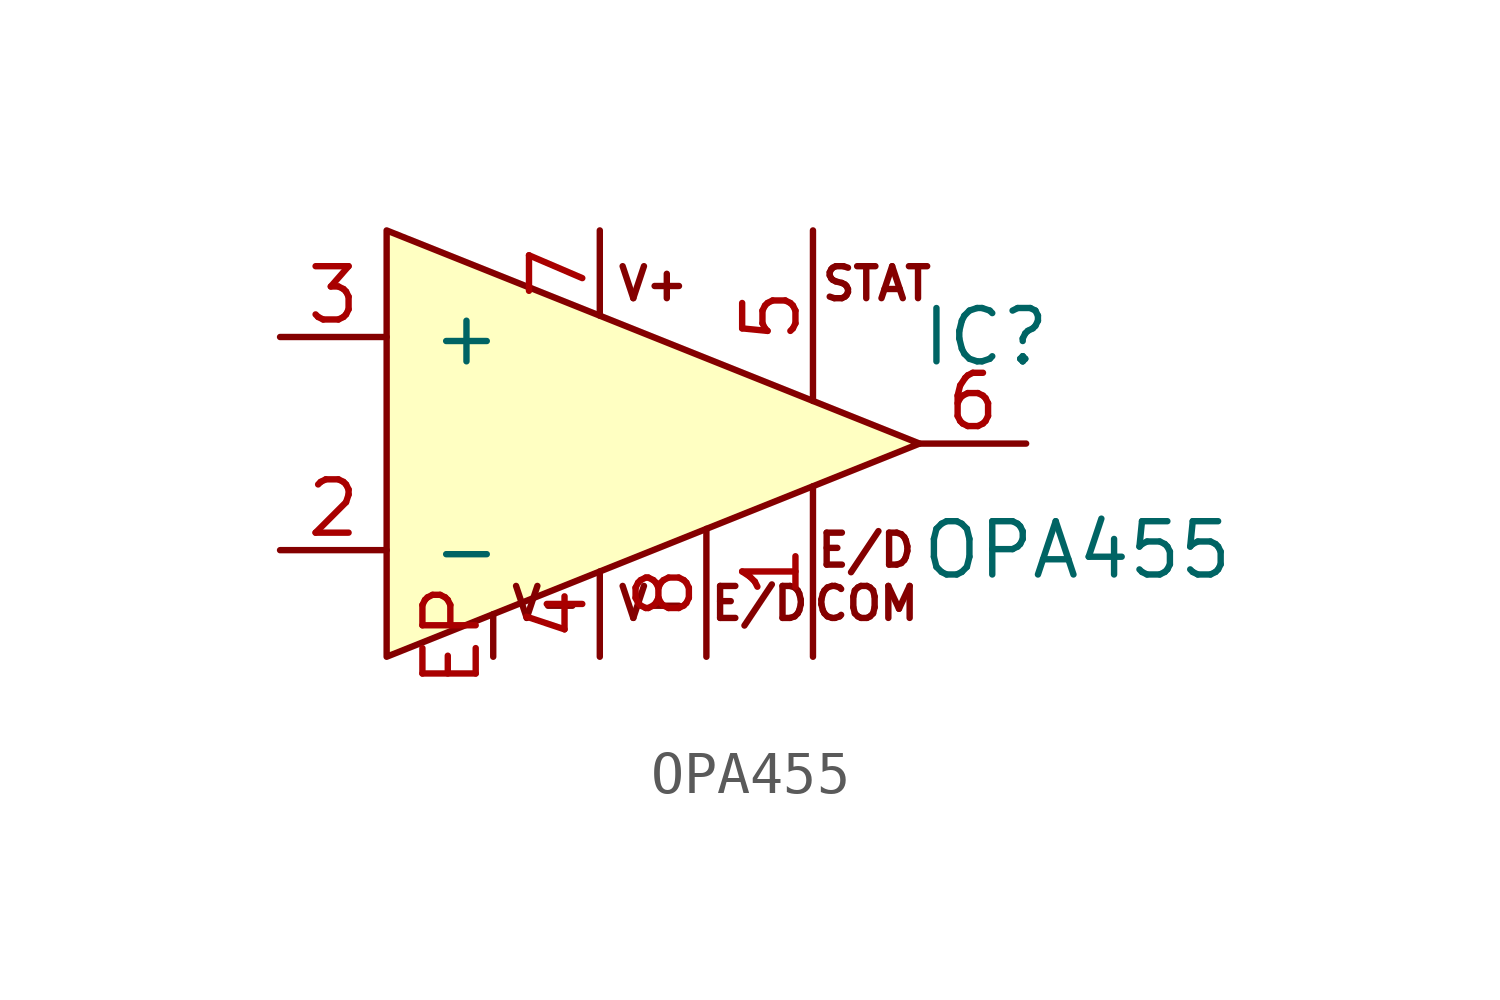
<source format=kicad_sym>
(kicad_symbol_lib
  (version 20211014)
  (generator kicad_symbol_editor)
  (symbol "OPA455"
    (pin_names
      (offset 1.016))
    (property "Reference" "IC"
      (at 7.62 2.54 0)
      (effects (font (size 1.27 1.27)) (justify left)))
    (property "Value" "OPA455"
      (at 7.62 -2.54 0)
      (effects (font (size 1.27 1.27)) (justify left)))
    (symbol "OPA455_0_0"
      (text "COM" (at 6.35 -3.81 0) (effects (font (size 0.762 0.762))))
      (text "E/D" (at 3.81 -3.81 0) (effects (font (size 0.762 0.762))))
      (text "E/D" (at 6.35 -2.54 0) (effects (font (size 0.762 0.762))))
      (text "STAT" (at 6.604 3.81 0) (effects (font (size 0.762 0.762))))
      (text "V+" (at 1.27 3.81 0) (effects (font (size 0.762 0.762))))
      (text "V-" (at -1.27 -3.81 0) (effects (font (size 0.762 0.762))))
      (text "V-" (at 1.27 -3.81 0) (effects (font (size 0.762 0.762))))
      (pin power_in line (at 5.08 -5.08 90) (length 4.064) (name "~" (effects (font (size 1.27 1.27)))) (number "1" (effects (font (size 1.27 1.27)))))
      (pin input line (at -7.62 -2.54 0) (length 2.54) (name "-" (effects (font (size 1.27 1.27)))) (number "2" (effects (font (size 1.27 1.27)))))
      (pin input line (at -7.62 2.54 0) (length 2.54) (name "+" (effects (font (size 1.27 1.27)))) (number "3" (effects (font (size 1.27 1.27)))))
      (pin power_in line (at 0 -5.08 90) (length 2.032) (name "~" (effects (font (size 1.27 1.27)))) (number "4" (effects (font (size 1.27 1.27)))))
      (pin open_collector line (at 5.08 5.08 270) (length 4.064) (name "~" (effects (font (size 1.27 1.27)))) (number "5" (effects (font (size 1.27 1.27)))))
      (pin output line (at 10.16 0 180) (length 2.54) (name "~" (effects (font (size 1.27 1.27)))) (number "6" (effects (font (size 1.27 1.27)))))
      (pin power_in line (at 0 5.08 270) (length 2.032) (name "~" (effects (font (size 1.27 1.27)))) (number "7" (effects (font (size 1.27 1.27)))))
      (pin input line (at 2.54 -5.08 90) (length 3.048) (name "~" (effects (font (size 1.27 1.27)))) (number "8" (effects (font (size 1.27 1.27)))))
      (pin power_in line (at -2.54 -5.08 90) (length 1.016) (name "~" (effects (font (size 1.27 1.27)))) (number "EP" (effects (font (size 1.27 1.27))))))
    (symbol "OPA455_0_1"
      (polyline (pts (xy -5.08 5.08) (xy 7.62 0) (xy -5.08 -5.08) (xy -5.08 5.08)) (stroke (width 0) (type default) (color 0 0 0 0)) (fill (type background))))))
</source>
